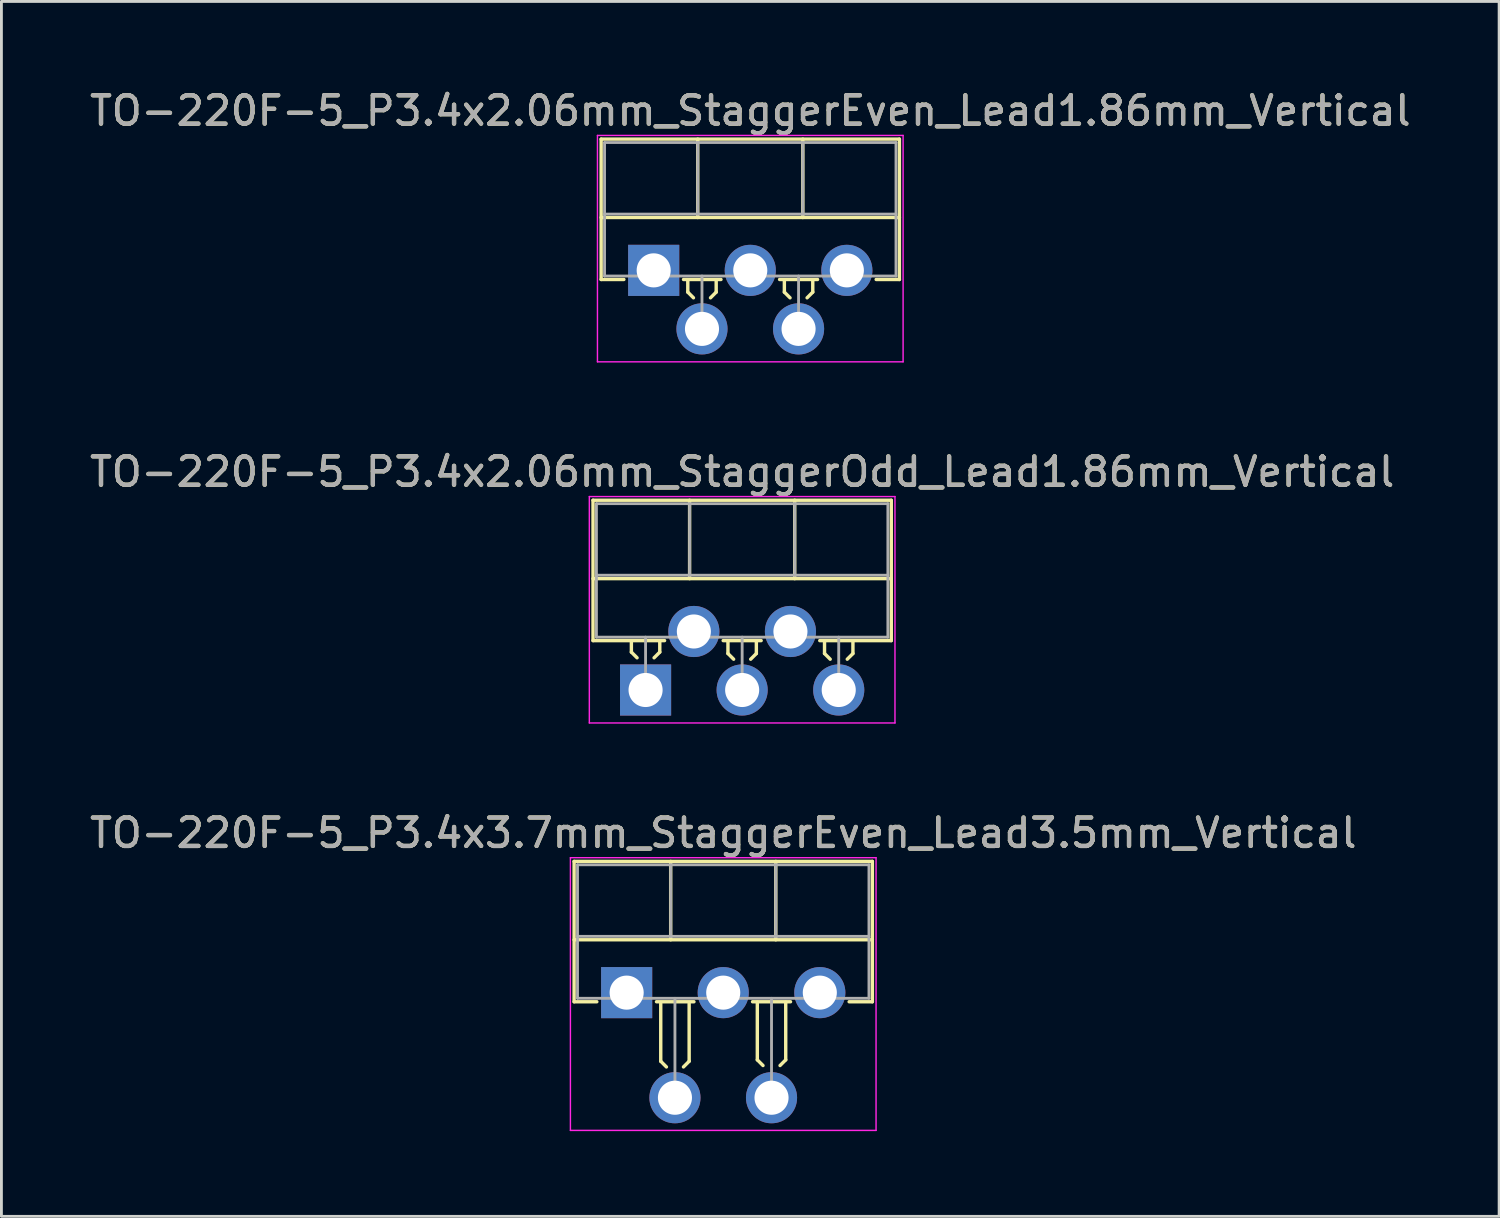
<source format=kicad_pcb>
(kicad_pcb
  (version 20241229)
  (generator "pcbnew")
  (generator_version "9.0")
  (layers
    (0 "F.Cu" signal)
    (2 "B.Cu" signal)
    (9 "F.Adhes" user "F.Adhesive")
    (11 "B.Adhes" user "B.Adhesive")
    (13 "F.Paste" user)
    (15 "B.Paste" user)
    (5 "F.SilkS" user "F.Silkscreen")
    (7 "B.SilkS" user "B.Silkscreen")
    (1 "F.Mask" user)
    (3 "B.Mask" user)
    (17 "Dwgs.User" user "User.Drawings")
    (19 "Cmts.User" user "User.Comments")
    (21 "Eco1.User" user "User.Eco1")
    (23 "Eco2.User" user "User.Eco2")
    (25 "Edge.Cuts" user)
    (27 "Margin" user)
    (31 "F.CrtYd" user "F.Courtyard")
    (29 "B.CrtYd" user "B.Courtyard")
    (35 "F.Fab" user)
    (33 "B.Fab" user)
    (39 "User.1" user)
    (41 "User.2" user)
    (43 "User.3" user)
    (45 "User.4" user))
  (footprint "TO-220F-5_P3.4x3.7mm_StaggerEven_Lead3.5mm_Vertical"
    (layer "F.Cu")
    (at 19.011 31.895)
    (property "Reference" "TO-220F-5_P3.4x3.7mm_StaggerEven_Lead3.5mm_Vertical" (at 3.4 -5.62 0) (layer "F.SilkS") (effects (font (size 1 1) (thickness 0.15))))
    (attr through_hole)
    (fp_line (start -1.85 -4.62) (end -1.85 0.321) (stroke (width 0.12) (type solid)) (layer "F.SilkS"))
    (fp_line (start -1.85 -4.62) (end 8.65 -4.62) (stroke (width 0.12) (type solid)) (layer "F.SilkS"))
    (fp_line (start -1.85 -1.861) (end 8.65 -1.861) (stroke (width 0.12) (type solid)) (layer "F.SilkS"))
    (fp_line (start -1.85 0.321) (end -1.05 0.321) (stroke (width 0.12) (type solid)) (layer "F.SilkS"))
    (fp_line (start 1.05 0.321) (end 2.369 0.321) (stroke (width 0.12) (type solid)) (layer "F.SilkS"))
    (fp_line (start 1.2 0.387) (end 1.2 2.416) (stroke (width 0.12) (type solid)) (layer "F.SilkS"))
    (fp_line (start 1.2 2.416) (end 1.4 2.616) (stroke (width 0.12) (type solid)) (layer "F.SilkS"))
    (fp_line (start 1.55 -4.62) (end 1.55 -1.861) (stroke (width 0.12) (type solid)) (layer "F.SilkS"))
    (fp_line (start 2.2 0.387) (end 2.2 2.416) (stroke (width 0.12) (type solid)) (layer "F.SilkS"))
    (fp_line (start 2.2 2.416) (end 2 2.616) (stroke (width 0.12) (type solid)) (layer "F.SilkS"))
    (fp_line (start 4.432 0.321) (end 5.769 0.321) (stroke (width 0.12) (type solid)) (layer "F.SilkS"))
    (fp_line (start 4.6 0.337) (end 4.6 2.366) (stroke (width 0.12) (type solid)) (layer "F.SilkS"))
    (fp_line (start 4.6 2.366) (end 4.8 2.566) (stroke (width 0.12) (type solid)) (layer "F.SilkS"))
    (fp_line (start 5.25 -4.62) (end 5.25 -1.861) (stroke (width 0.12) (type solid)) (layer "F.SilkS"))
    (fp_line (start 5.6 0.337) (end 5.6 2.366) (stroke (width 0.12) (type solid)) (layer "F.SilkS"))
    (fp_line (start 5.6 2.366) (end 5.4 2.566) (stroke (width 0.12) (type solid)) (layer "F.SilkS"))
    (fp_line (start 7.832 0.321) (end 8.65 0.321) (stroke (width 0.12) (type solid)) (layer "F.SilkS"))
    (fp_line (start 8.65 -4.62) (end 8.65 0.321) (stroke (width 0.12) (type solid)) (layer "F.SilkS"))
    (fp_line (start -1.98 -4.75) (end -1.98 4.85) (stroke (width 0.05) (type solid)) (layer "F.CrtYd"))
    (fp_line (start -1.98 4.85) (end 8.78 4.85) (stroke (width 0.05) (type solid)) (layer "F.CrtYd"))
    (fp_line (start 8.78 -4.75) (end -1.98 -4.75) (stroke (width 0.05) (type solid)) (layer "F.CrtYd"))
    (fp_line (start 8.78 4.85) (end 8.78 -4.75) (stroke (width 0.05) (type solid)) (layer "F.CrtYd"))
    (fp_line (start -1.73 -4.5) (end -1.73 0.2) (stroke (width 0.1) (type solid)) (layer "F.Fab"))
    (fp_line (start -1.73 -1.98) (end 8.53 -1.98) (stroke (width 0.1) (type solid)) (layer "F.Fab"))
    (fp_line (start -1.73 0.2) (end 8.53 0.2) (stroke (width 0.1) (type solid)) (layer "F.Fab"))
    (fp_line (start 1.55 -4.5) (end 1.55 -1.98) (stroke (width 0.1) (type solid)) (layer "F.Fab"))
    (fp_line (start 1.7 0.2) (end 1.7 3.7) (stroke (width 0.1) (type solid)) (layer "F.Fab"))
    (fp_line (start 5.1 0.2) (end 5.1 3.7) (stroke (width 0.1) (type solid)) (layer "F.Fab"))
    (fp_line (start 5.25 -4.5) (end 5.25 -1.98) (stroke (width 0.1) (type solid)) (layer "F.Fab"))
    (fp_line (start 8.53 -4.5) (end -1.73 -4.5) (stroke (width 0.1) (type solid)) (layer "F.Fab"))
    (fp_line (start 8.53 0.2) (end 8.53 -4.5) (stroke (width 0.1) (type solid)) (layer "F.Fab"))
    (fp_text user "${REFERENCE}" (at 3.4 -5.62 0) (layer "F.Fab") (effects (font (size 1 1) (thickness 0.15))))
    (pad "1" thru_hole rect (at 0 0) (size 1.8 1.8) (drill 1.2) (layers "*.Cu" "*.Mask"))
    (pad "2" thru_hole oval (at 1.7 3.7) (size 1.8 1.8) (drill 1.2) (layers "*.Cu" "*.Mask"))
    (pad "3" thru_hole oval (at 3.4 0) (size 1.8 1.8) (drill 1.2) (layers "*.Cu" "*.Mask"))
    (pad "4" thru_hole oval (at 5.1 3.7) (size 1.8 1.8) (drill 1.2) (layers "*.Cu" "*.Mask"))
    (pad "5" thru_hole oval (at 6.8 0) (size 1.8 1.8) (drill 1.2) (layers "*.Cu" "*.Mask")))
  (footprint "TO-220F-5_P3.4x2.06mm_StaggerEven_Lead1.86mm_Vertical"
    (layer "F.Cu")
    (at 19.963 6.468)
    (property "Reference" "TO-220F-5_P3.4x2.06mm_StaggerEven_Lead1.86mm_Vertical" (at 3.4 -5.62 0) (layer "F.SilkS") (effects (font (size 1 1) (thickness 0.15))))
    (attr through_hole)
    (fp_line (start -1.85 -4.62) (end -1.85 0.321) (stroke (width 0.12) (type solid)) (layer "F.SilkS"))
    (fp_line (start -1.85 -4.62) (end 8.65 -4.62) (stroke (width 0.12) (type solid)) (layer "F.SilkS"))
    (fp_line (start -1.85 -1.861) (end 8.65 -1.861) (stroke (width 0.12) (type solid)) (layer "F.SilkS"))
    (fp_line (start -1.85 0.321) (end -1.05 0.321) (stroke (width 0.12) (type solid)) (layer "F.SilkS"))
    (fp_line (start 1.05 0.321) (end 2.369 0.321) (stroke (width 0.12) (type solid)) (layer "F.SilkS"))
    (fp_line (start 1.2 0.35) (end 1.2 0.766) (stroke (width 0.12) (type solid)) (layer "F.SilkS"))
    (fp_line (start 1.2 0.766) (end 1.4 0.966) (stroke (width 0.12) (type solid)) (layer "F.SilkS"))
    (fp_line (start 1.55 -4.62) (end 1.55 -1.861) (stroke (width 0.12) (type solid)) (layer "F.SilkS"))
    (fp_line (start 2.2 0.35) (end 2.2 0.766) (stroke (width 0.12) (type solid)) (layer "F.SilkS"))
    (fp_line (start 2.2 0.766) (end 2 0.966) (stroke (width 0.12) (type solid)) (layer "F.SilkS"))
    (fp_line (start 4.432 0.321) (end 5.769 0.321) (stroke (width 0.12) (type solid)) (layer "F.SilkS"))
    (fp_line (start 4.6 0.35) (end 4.6 0.766) (stroke (width 0.12) (type solid)) (layer "F.SilkS"))
    (fp_line (start 4.6 0.766) (end 4.8 0.966) (stroke (width 0.12) (type solid)) (layer "F.SilkS"))
    (fp_line (start 5.25 -4.62) (end 5.25 -1.861) (stroke (width 0.12) (type solid)) (layer "F.SilkS"))
    (fp_line (start 5.6 0.35) (end 5.6 0.766) (stroke (width 0.12) (type solid)) (layer "F.SilkS"))
    (fp_line (start 5.6 0.766) (end 5.4 0.966) (stroke (width 0.12) (type solid)) (layer "F.SilkS"))
    (fp_line (start 7.832 0.321) (end 8.65 0.321) (stroke (width 0.12) (type solid)) (layer "F.SilkS"))
    (fp_line (start 8.65 -4.62) (end 8.65 0.321) (stroke (width 0.12) (type solid)) (layer "F.SilkS"))
    (fp_line (start -1.98 -4.75) (end -1.98 3.22) (stroke (width 0.05) (type solid)) (layer "F.CrtYd"))
    (fp_line (start -1.98 3.22) (end 8.78 3.22) (stroke (width 0.05) (type solid)) (layer "F.CrtYd"))
    (fp_line (start 8.78 -4.75) (end -1.98 -4.75) (stroke (width 0.05) (type solid)) (layer "F.CrtYd"))
    (fp_line (start 8.78 3.22) (end 8.78 -4.75) (stroke (width 0.05) (type solid)) (layer "F.CrtYd"))
    (fp_line (start -1.73 -4.5) (end -1.73 0.2) (stroke (width 0.1) (type solid)) (layer "F.Fab"))
    (fp_line (start -1.73 -1.98) (end 8.53 -1.98) (stroke (width 0.1) (type solid)) (layer "F.Fab"))
    (fp_line (start -1.73 0.2) (end 8.53 0.2) (stroke (width 0.1) (type solid)) (layer "F.Fab"))
    (fp_line (start 1.55 -4.5) (end 1.55 -1.98) (stroke (width 0.1) (type solid)) (layer "F.Fab"))
    (fp_line (start 1.7 0.2) (end 1.7 2.06) (stroke (width 0.1) (type solid)) (layer "F.Fab"))
    (fp_line (start 5.1 0.2) (end 5.1 2.06) (stroke (width 0.1) (type solid)) (layer "F.Fab"))
    (fp_line (start 5.25 -4.5) (end 5.25 -1.98) (stroke (width 0.1) (type solid)) (layer "F.Fab"))
    (fp_line (start 8.53 -4.5) (end -1.73 -4.5) (stroke (width 0.1) (type solid)) (layer "F.Fab"))
    (fp_line (start 8.53 0.2) (end 8.53 -4.5) (stroke (width 0.1) (type solid)) (layer "F.Fab"))
    (fp_text user "${REFERENCE}" (at 3.4 -5.62 0) (layer "F.Fab") (effects (font (size 1 1) (thickness 0.15))))
    (pad "1" thru_hole rect (at 0 0) (size 1.8 1.8) (drill 1.2) (layers "*.Cu" "*.Mask"))
    (pad "2" thru_hole oval (at 1.7 2.06) (size 1.8 1.8) (drill 1.2) (layers "*.Cu" "*.Mask"))
    (pad "3" thru_hole oval (at 3.4 0) (size 1.8 1.8) (drill 1.2) (layers "*.Cu" "*.Mask"))
    (pad "4" thru_hole oval (at 5.1 2.06) (size 1.8 1.8) (drill 1.2) (layers "*.Cu" "*.Mask"))
    (pad "5" thru_hole oval (at 6.8 0) (size 1.8 1.8) (drill 1.2) (layers "*.Cu" "*.Mask")))
  (footprint "TO-220F-5_P3.4x2.06mm_StaggerOdd_Lead1.86mm_Vertical"
    (layer "F.Cu")
    (at 19.677 21.241)
    (property "Reference" "TO-220F-5_P3.4x2.06mm_StaggerOdd_Lead1.86mm_Vertical" (at 3.4 -7.68 0) (layer "F.SilkS") (effects (font (size 1 1) (thickness 0.15))))
    (attr through_hole)
    (fp_line (start -1.85 -6.68) (end -1.85 -1.739) (stroke (width 0.12) (type solid)) (layer "F.SilkS"))
    (fp_line (start -1.85 -6.68) (end 8.65 -6.68) (stroke (width 0.12) (type solid)) (layer "F.SilkS"))
    (fp_line (start -1.85 -3.921) (end 8.65 -3.921) (stroke (width 0.12) (type solid)) (layer "F.SilkS"))
    (fp_line (start -1.85 -1.739) (end 0.669 -1.739) (stroke (width 0.12) (type solid)) (layer "F.SilkS"))
    (fp_line (start -0.5 -1.7) (end -0.5 -1.334) (stroke (width 0.12) (type solid)) (layer "F.SilkS"))
    (fp_line (start -0.5 -1.334) (end -0.3 -1.134) (stroke (width 0.12) (type solid)) (layer "F.SilkS"))
    (fp_line (start 0.5 -1.7) (end 0.5 -1.334) (stroke (width 0.12) (type solid)) (layer "F.SilkS"))
    (fp_line (start 0.5 -1.334) (end 0.3 -1.134) (stroke (width 0.12) (type solid)) (layer "F.SilkS"))
    (fp_line (start 1.55 -6.68) (end 1.55 -3.921) (stroke (width 0.12) (type solid)) (layer "F.SilkS"))
    (fp_line (start 2.732 -1.739) (end 4.069 -1.739) (stroke (width 0.12) (type solid)) (layer "F.SilkS"))
    (fp_line (start 2.9 -1.7) (end 2.9 -1.284) (stroke (width 0.12) (type solid)) (layer "F.SilkS"))
    (fp_line (start 2.9 -1.284) (end 3.1 -1.084) (stroke (width 0.12) (type solid)) (layer "F.SilkS"))
    (fp_line (start 3.9 -1.7) (end 3.9 -1.284) (stroke (width 0.12) (type solid)) (layer "F.SilkS"))
    (fp_line (start 3.9 -1.284) (end 3.7 -1.084) (stroke (width 0.12) (type solid)) (layer "F.SilkS"))
    (fp_line (start 5.25 -6.68) (end 5.25 -3.921) (stroke (width 0.12) (type solid)) (layer "F.SilkS"))
    (fp_line (start 6.132 -1.739) (end 8.65 -1.739) (stroke (width 0.12) (type solid)) (layer "F.SilkS"))
    (fp_line (start 6.3 -1.7) (end 6.3 -1.284) (stroke (width 0.12) (type solid)) (layer "F.SilkS"))
    (fp_line (start 6.3 -1.284) (end 6.5 -1.084) (stroke (width 0.12) (type solid)) (layer "F.SilkS"))
    (fp_line (start 7.3 -1.7) (end 7.3 -1.284) (stroke (width 0.12) (type solid)) (layer "F.SilkS"))
    (fp_line (start 7.3 -1.284) (end 7.1 -1.084) (stroke (width 0.12) (type solid)) (layer "F.SilkS"))
    (fp_line (start 8.65 -6.68) (end 8.65 -1.739) (stroke (width 0.12) (type solid)) (layer "F.SilkS"))
    (fp_line (start -1.98 -6.81) (end -1.98 1.16) (stroke (width 0.05) (type solid)) (layer "F.CrtYd"))
    (fp_line (start -1.98 1.16) (end 8.78 1.16) (stroke (width 0.05) (type solid)) (layer "F.CrtYd"))
    (fp_line (start 8.78 -6.81) (end -1.98 -6.81) (stroke (width 0.05) (type solid)) (layer "F.CrtYd"))
    (fp_line (start 8.78 1.16) (end 8.78 -6.81) (stroke (width 0.05) (type solid)) (layer "F.CrtYd"))
    (fp_line (start -1.73 -6.56) (end -1.73 -1.86) (stroke (width 0.1) (type solid)) (layer "F.Fab"))
    (fp_line (start -1.73 -4.04) (end 8.53 -4.04) (stroke (width 0.1) (type solid)) (layer "F.Fab"))
    (fp_line (start -1.73 -1.86) (end 8.53 -1.86) (stroke (width 0.1) (type solid)) (layer "F.Fab"))
    (fp_line (start 0 -1.86) (end 0 0) (stroke (width 0.1) (type solid)) (layer "F.Fab"))
    (fp_line (start 1.55 -6.56) (end 1.55 -4.04) (stroke (width 0.1) (type solid)) (layer "F.Fab"))
    (fp_line (start 3.4 -1.86) (end 3.4 0) (stroke (width 0.1) (type solid)) (layer "F.Fab"))
    (fp_line (start 5.25 -6.56) (end 5.25 -4.04) (stroke (width 0.1) (type solid)) (layer "F.Fab"))
    (fp_line (start 6.8 -1.86) (end 6.8 0) (stroke (width 0.1) (type solid)) (layer "F.Fab"))
    (fp_line (start 8.53 -6.56) (end -1.73 -6.56) (stroke (width 0.1) (type solid)) (layer "F.Fab"))
    (fp_line (start 8.53 -1.86) (end 8.53 -6.56) (stroke (width 0.1) (type solid)) (layer "F.Fab"))
    (fp_text user "${REFERENCE}" (at 3.4 -7.68 0) (layer "F.Fab") (effects (font (size 1 1) (thickness 0.15))))
    (pad "1" thru_hole rect (at 0 0) (size 1.8 1.8) (drill 1.2) (layers "*.Cu" "*.Mask"))
    (pad "2" thru_hole oval (at 1.7 -2.06) (size 1.8 1.8) (drill 1.2) (layers "*.Cu" "*.Mask"))
    (pad "3" thru_hole oval (at 3.4 0) (size 1.8 1.8) (drill 1.2) (layers "*.Cu" "*.Mask"))
    (pad "4" thru_hole oval (at 5.1 -2.06) (size 1.8 1.8) (drill 1.2) (layers "*.Cu" "*.Mask"))
    (pad "5" thru_hole oval (at 6.8 0) (size 1.8 1.8) (drill 1.2) (layers "*.Cu" "*.Mask")))
  (gr_rect
    (start -3 -3)
    (end 49.726 39.77)
    (stroke (width 0.1) (type default))
    (fill no)
    (layer "Edge.Cuts")))
</source>
